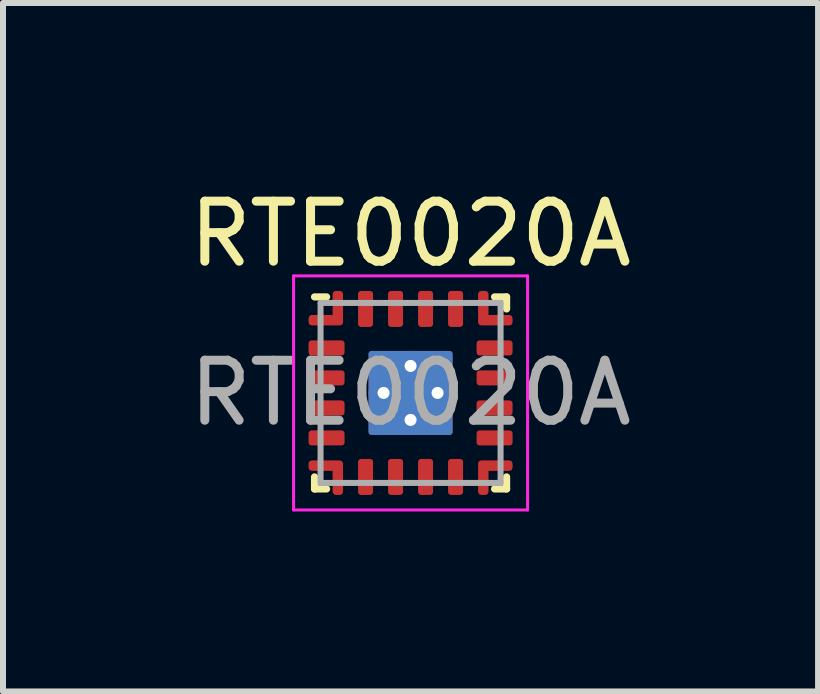
<source format=kicad_pcb>
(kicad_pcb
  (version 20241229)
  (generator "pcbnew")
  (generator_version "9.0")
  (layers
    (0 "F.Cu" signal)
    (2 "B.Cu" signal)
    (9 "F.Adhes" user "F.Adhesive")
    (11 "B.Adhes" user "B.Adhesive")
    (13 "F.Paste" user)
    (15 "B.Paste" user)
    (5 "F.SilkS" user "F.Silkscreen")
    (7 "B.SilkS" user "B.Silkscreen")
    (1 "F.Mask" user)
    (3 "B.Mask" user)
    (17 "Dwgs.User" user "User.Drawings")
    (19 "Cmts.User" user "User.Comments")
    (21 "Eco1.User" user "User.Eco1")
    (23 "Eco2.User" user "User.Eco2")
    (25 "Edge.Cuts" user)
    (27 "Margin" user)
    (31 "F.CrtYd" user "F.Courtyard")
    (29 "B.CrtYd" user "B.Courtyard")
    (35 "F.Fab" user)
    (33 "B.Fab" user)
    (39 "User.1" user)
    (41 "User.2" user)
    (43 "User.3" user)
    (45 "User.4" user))
  (footprint "RTE0020A"
    (layer "F.Cu")
    (at 3.792 3.498)
    (property "Reference" "RTE0020A" (at 0 -2.65 0) (unlocked yes) (layer "F.SilkS") (effects (font (size 1 1) (thickness 0.15))))
    (attr smd)
    (fp_line (start -1.6 -1.6) (end -1.4 -1.6) (stroke (width 0.12) (type solid)) (layer "F.SilkS"))
    (fp_line (start -1.6 1.6) (end -1.6 1.4) (stroke (width 0.12) (type solid)) (layer "F.SilkS"))
    (fp_line (start -1.4 1.6) (end -1.6 1.6) (stroke (width 0.12) (type solid)) (layer "F.SilkS"))
    (fp_line (start 1.4 -1.6) (end 1.6 -1.6) (stroke (width 0.12) (type solid)) (layer "F.SilkS"))
    (fp_line (start 1.6 -1.6) (end 1.6 -1.4) (stroke (width 0.12) (type solid)) (layer "F.SilkS"))
    (fp_line (start 1.6 1.4) (end 1.6 1.6) (stroke (width 0.12) (type solid)) (layer "F.SilkS"))
    (fp_line (start 1.6 1.6) (end 1.4 1.6) (stroke (width 0.12) (type solid)) (layer "F.SilkS"))
    (fp_line (start -1.95 -1.95) (end 1.95 -1.95) (stroke (width 0.05) (type solid)) (layer "F.CrtYd"))
    (fp_line (start -1.95 1.95) (end -1.95 -1.95) (stroke (width 0.05) (type solid)) (layer "F.CrtYd"))
    (fp_line (start 1.95 -1.95) (end 1.95 1.95) (stroke (width 0.05) (type solid)) (layer "F.CrtYd"))
    (fp_line (start 1.95 1.95) (end -1.95 1.95) (stroke (width 0.05) (type solid)) (layer "F.CrtYd"))
    (fp_line (start -1.5 -1.5) (end -1.5 1.5) (stroke (width 0.1) (type solid)) (layer "F.Fab"))
    (fp_line (start -1.5 -1.5) (end 1.5 -1.5) (stroke (width 0.1) (type solid)) (layer "F.Fab"))
    (fp_line (start -1.5 1.5) (end 1.5 1.5) (stroke (width 0.1) (type solid)) (layer "F.Fab"))
    (fp_line (start 1.5 -1.5) (end 1.5 1.5) (stroke (width 0.1) (type solid)) (layer "F.Fab"))
    (fp_text user "${REFERENCE}" (at 0 0 0) (unlocked yes) (layer "F.Fab") (effects (font (size 1 1) (thickness 0.15))))
    (pad "" smd roundrect (at 0 0) (size 1.3 1.3) (layers "F.Paste") (roundrect_rratio 0.038))
    (pad "1" smd roundrect (at -1.4 -0.75) (size 0.6 0.25) (layers "F.Cu" "F.Mask" "F.Paste") (roundrect_rratio 0.2))
    (pad "2" smd roundrect (at -1.4 -0.25) (size 0.6 0.25) (layers "F.Cu" "F.Mask" "F.Paste") (roundrect_rratio 0.2))
    (pad "3" smd roundrect (at -1.4 0.25) (size 0.6 0.25) (layers "F.Cu" "F.Mask" "F.Paste") (roundrect_rratio 0.2))
    (pad "4" smd roundrect (at -1.4 0.75) (size 0.6 0.25) (layers "F.Cu" "F.Mask" "F.Paste") (roundrect_rratio 0.2))
    (pad "5" smd custom (at -1.212 1.212 90) (size 0.075 0.075) (layers "F.Cu" "F.Mask" "F.Paste") (options (anchor rect)) (primitives (gr_poly (pts (xy 0.037 0.037) (xy -0.438 0.037) (xy -0.438 -0.037) (xy -0.037 -0.037) (xy -0.037 -0.438) (xy 0.037 -0.438)) (width 0.1) (fill yes))))
    (pad "6" smd roundrect (at -0.75 1.4) (size 0.25 0.6) (layers "F.Cu" "F.Mask" "F.Paste") (roundrect_rratio 0.2))
    (pad "7" smd roundrect (at -0.25 1.4) (size 0.25 0.6) (layers "F.Cu" "F.Mask" "F.Paste") (roundrect_rratio 0.2))
    (pad "8" smd roundrect (at 0.25 1.4) (size 0.25 0.6) (layers "F.Cu" "F.Mask" "F.Paste") (roundrect_rratio 0.2))
    (pad "9" smd roundrect (at 0.75 1.4) (size 0.25 0.6) (layers "F.Cu" "F.Mask" "F.Paste") (roundrect_rratio 0.2))
    (pad "10" smd custom (at 1.212 1.212 270) (size 0.075 0.075) (layers "F.Cu" "F.Mask" "F.Paste") (options (anchor rect)) (primitives (gr_poly (pts (xy 0.037 -0.037) (xy 0.438 -0.037) (xy 0.438 0.037) (xy -0.037 0.037) (xy -0.037 -0.438) (xy 0.037 -0.438)) (width 0.1) (fill yes))))
    (pad "11" smd roundrect (at 1.4 0.75) (size 0.6 0.25) (layers "F.Cu" "F.Mask" "F.Paste") (roundrect_rratio 0.2))
    (pad "12" smd roundrect (at 1.4 0.25) (size 0.6 0.25) (layers "F.Cu" "F.Mask" "F.Paste") (roundrect_rratio 0.2))
    (pad "13" smd roundrect (at 1.4 -0.25) (size 0.6 0.25) (layers "F.Cu" "F.Mask" "F.Paste") (roundrect_rratio 0.2))
    (pad "14" smd roundrect (at 1.4 -0.75) (size 0.6 0.25) (layers "F.Cu" "F.Mask" "F.Paste") (roundrect_rratio 0.2))
    (pad "15" smd custom (at 1.212 -1.212) (size 0.075 0.075) (layers "F.Cu" "F.Mask" "F.Paste") (options (anchor rect)) (primitives (gr_poly (pts (xy 0.037 -0.037) (xy 0.438 -0.037) (xy 0.438 0.037) (xy -0.037 0.037) (xy -0.037 -0.438) (xy 0.037 -0.438)) (width 0.1) (fill yes))))
    (pad "16" smd roundrect (at 0.75 -1.4) (size 0.25 0.6) (layers "F.Cu" "F.Mask" "F.Paste") (roundrect_rratio 0.2))
    (pad "17" smd roundrect (at 0.25 -1.4) (size 0.25 0.6) (layers "F.Cu" "F.Mask" "F.Paste") (roundrect_rratio 0.2))
    (pad "18" smd roundrect (at -0.25 -1.4) (size 0.25 0.6) (layers "F.Cu" "F.Mask" "F.Paste") (roundrect_rratio 0.2))
    (pad "19" smd roundrect (at -0.75 -1.4) (size 0.25 0.6) (layers "F.Cu" "F.Mask" "F.Paste") (roundrect_rratio 0.2))
    (pad "20" smd custom (at -1.212 -1.212) (size 0.075 0.075) (layers "F.Cu" "F.Mask" "F.Paste") (options (anchor rect)) (primitives (gr_poly (pts (xy 0.037 0.037) (xy -0.438 0.037) (xy -0.438 -0.037) (xy -0.037 -0.037) (xy -0.037 -0.438) (xy 0.037 -0.438)) (width 0.1) (fill yes))))
    (pad "21" thru_hole circle (at -0.45 0) (size 0.5 0.5) (drill 0.2) (layers "*.Cu"))
    (pad "21" thru_hole circle (at 0 -0.45) (size 0.5 0.5) (drill 0.2) (layers "*.Cu"))
    (pad "21" smd roundrect (at 0 0) (size 1.4 1.4) (layers "F.Cu" "F.Mask") (roundrect_rratio 0.035))
    (pad "21" smd roundrect (at 0 0) (size 1.4 1.4) (layers "B.Cu") (roundrect_rratio 0.035))
    (pad "21" thru_hole circle (at 0 0.45) (size 0.5 0.5) (drill 0.2) (layers "*.Cu"))
    (pad "21" thru_hole circle (at 0.45 0) (size 0.5 0.5) (drill 0.2) (layers "*.Cu")))
  (gr_rect
    (start -3 -3)
    (end 10.583 8.473)
    (stroke (width 0.1) (type default))
    (fill no)
    (layer "Edge.Cuts")))
</source>
